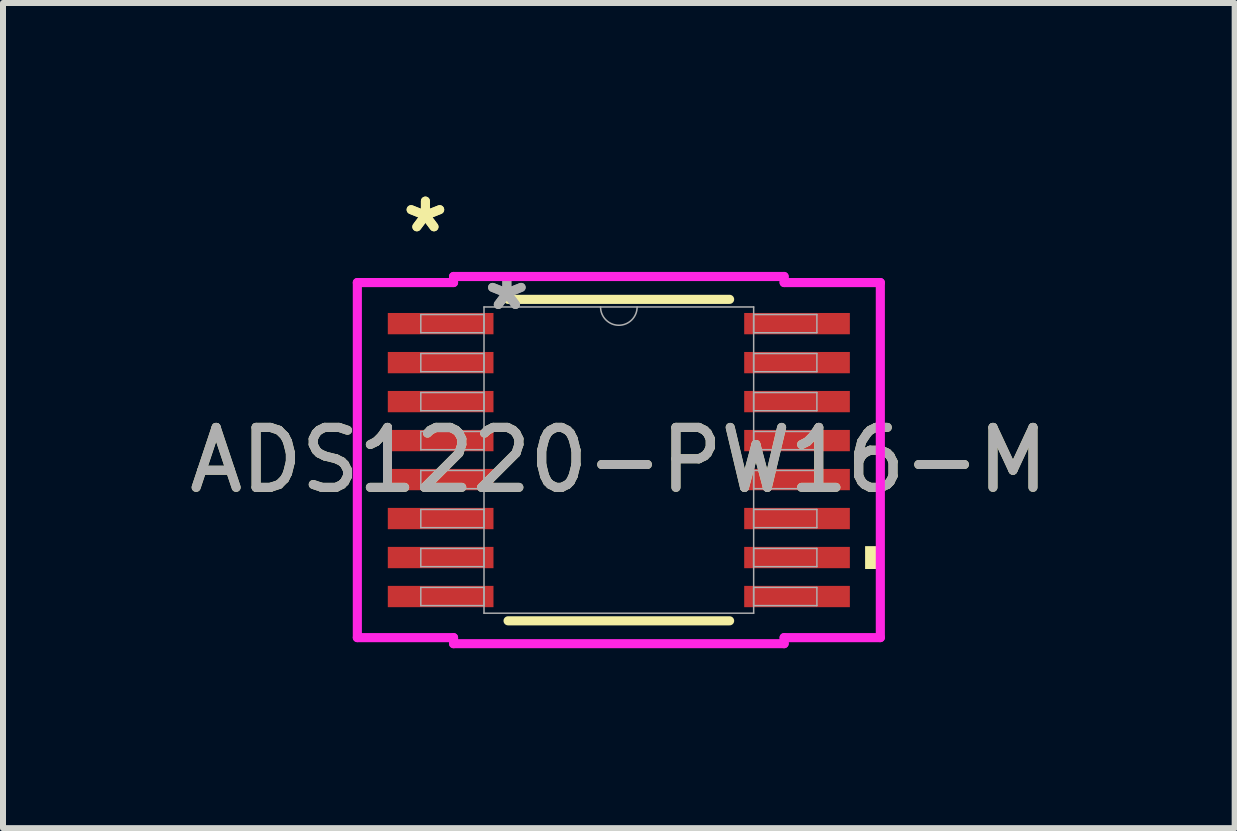
<source format=kicad_pcb>
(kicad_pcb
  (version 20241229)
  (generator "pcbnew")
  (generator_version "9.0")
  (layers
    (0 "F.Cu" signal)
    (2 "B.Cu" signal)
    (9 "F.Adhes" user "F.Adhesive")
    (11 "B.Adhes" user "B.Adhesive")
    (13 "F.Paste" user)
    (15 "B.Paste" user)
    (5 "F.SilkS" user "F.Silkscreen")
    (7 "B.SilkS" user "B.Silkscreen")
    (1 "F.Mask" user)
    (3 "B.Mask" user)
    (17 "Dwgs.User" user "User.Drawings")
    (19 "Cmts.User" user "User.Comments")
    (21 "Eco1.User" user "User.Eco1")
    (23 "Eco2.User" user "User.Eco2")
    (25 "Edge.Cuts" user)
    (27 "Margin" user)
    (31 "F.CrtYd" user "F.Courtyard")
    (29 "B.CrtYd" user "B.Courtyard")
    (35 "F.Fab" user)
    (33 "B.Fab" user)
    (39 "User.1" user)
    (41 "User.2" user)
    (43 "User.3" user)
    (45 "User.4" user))
  (footprint "ADS1220-PW16-M"
    (layer "F.Cu")
    (at 7.268 4.621)
    (property "Reference" "ADS1220-PW16-M" (at 0 0 0) (unlocked yes) (layer "F.SilkS") (effects (font (size 1 1) (thickness 0.15))))
    (attr smd)
    (fp_line (start -1.847 2.68) (end 1.847 2.68) (stroke (width 0.152) (type solid)) (layer "F.SilkS"))
    (fp_line (start 1.847 -2.68) (end -1.847 -2.68) (stroke (width 0.152) (type solid)) (layer "F.SilkS"))
    (fp_poly (pts (xy 4.36 1.435) (xy 4.36 1.816) (xy 4.106 1.816) (xy 4.106 1.435)) (stroke (width 0) (type solid)) (fill yes) (layer "F.SilkS"))
    (fp_line (start -4.36 -2.96) (end -2.756 -2.96) (stroke (width 0.152) (type solid)) (layer "F.CrtYd"))
    (fp_line (start -4.36 2.96) (end -4.36 -2.96) (stroke (width 0.152) (type solid)) (layer "F.CrtYd"))
    (fp_line (start -4.36 2.96) (end -2.756 2.96) (stroke (width 0.152) (type solid)) (layer "F.CrtYd"))
    (fp_line (start -2.756 -3.061) (end 2.756 -3.061) (stroke (width 0.152) (type solid)) (layer "F.CrtYd"))
    (fp_line (start -2.756 -2.96) (end -2.756 -3.061) (stroke (width 0.152) (type solid)) (layer "F.CrtYd"))
    (fp_line (start -2.756 3.061) (end -2.756 2.96) (stroke (width 0.152) (type solid)) (layer "F.CrtYd"))
    (fp_line (start 2.756 -3.061) (end 2.756 -2.96) (stroke (width 0.152) (type solid)) (layer "F.CrtYd"))
    (fp_line (start 2.756 2.96) (end 2.756 3.061) (stroke (width 0.152) (type solid)) (layer "F.CrtYd"))
    (fp_line (start 2.756 3.061) (end -2.756 3.061) (stroke (width 0.152) (type solid)) (layer "F.CrtYd"))
    (fp_line (start 4.36 -2.96) (end 2.756 -2.96) (stroke (width 0.152) (type solid)) (layer "F.CrtYd"))
    (fp_line (start 4.36 -2.96) (end 4.36 2.96) (stroke (width 0.152) (type solid)) (layer "F.CrtYd"))
    (fp_line (start 4.36 2.96) (end 2.756 2.96) (stroke (width 0.152) (type solid)) (layer "F.CrtYd"))
    (fp_line (start -3.302 -2.427) (end -3.302 -2.123) (stroke (width 0.025) (type solid)) (layer "F.Fab"))
    (fp_line (start -3.302 -2.123) (end -2.248 -2.123) (stroke (width 0.025) (type solid)) (layer "F.Fab"))
    (fp_line (start -3.302 -1.777) (end -3.302 -1.473) (stroke (width 0.025) (type solid)) (layer "F.Fab"))
    (fp_line (start -3.302 -1.473) (end -2.248 -1.473) (stroke (width 0.025) (type solid)) (layer "F.Fab"))
    (fp_line (start -3.302 -1.127) (end -3.302 -0.823) (stroke (width 0.025) (type solid)) (layer "F.Fab"))
    (fp_line (start -3.302 -0.823) (end -2.248 -0.823) (stroke (width 0.025) (type solid)) (layer "F.Fab"))
    (fp_line (start -3.302 -0.477) (end -3.302 -0.173) (stroke (width 0.025) (type solid)) (layer "F.Fab"))
    (fp_line (start -3.302 -0.173) (end -2.248 -0.173) (stroke (width 0.025) (type solid)) (layer "F.Fab"))
    (fp_line (start -3.302 0.173) (end -3.302 0.477) (stroke (width 0.025) (type solid)) (layer "F.Fab"))
    (fp_line (start -3.302 0.477) (end -2.248 0.477) (stroke (width 0.025) (type solid)) (layer "F.Fab"))
    (fp_line (start -3.302 0.823) (end -3.302 1.127) (stroke (width 0.025) (type solid)) (layer "F.Fab"))
    (fp_line (start -3.302 1.127) (end -2.248 1.127) (stroke (width 0.025) (type solid)) (layer "F.Fab"))
    (fp_line (start -3.302 1.473) (end -3.302 1.777) (stroke (width 0.025) (type solid)) (layer "F.Fab"))
    (fp_line (start -3.302 1.777) (end -2.248 1.777) (stroke (width 0.025) (type solid)) (layer "F.Fab"))
    (fp_line (start -3.302 2.123) (end -3.302 2.427) (stroke (width 0.025) (type solid)) (layer "F.Fab"))
    (fp_line (start -3.302 2.427) (end -2.248 2.427) (stroke (width 0.025) (type solid)) (layer "F.Fab"))
    (fp_line (start -2.248 -2.553) (end -2.248 2.553) (stroke (width 0.025) (type solid)) (layer "F.Fab"))
    (fp_line (start -2.248 -2.427) (end -3.302 -2.427) (stroke (width 0.025) (type solid)) (layer "F.Fab"))
    (fp_line (start -2.248 -2.123) (end -2.248 -2.427) (stroke (width 0.025) (type solid)) (layer "F.Fab"))
    (fp_line (start -2.248 -1.777) (end -3.302 -1.777) (stroke (width 0.025) (type solid)) (layer "F.Fab"))
    (fp_line (start -2.248 -1.473) (end -2.248 -1.777) (stroke (width 0.025) (type solid)) (layer "F.Fab"))
    (fp_line (start -2.248 -1.127) (end -3.302 -1.127) (stroke (width 0.025) (type solid)) (layer "F.Fab"))
    (fp_line (start -2.248 -0.823) (end -2.248 -1.127) (stroke (width 0.025) (type solid)) (layer "F.Fab"))
    (fp_line (start -2.248 -0.477) (end -3.302 -0.477) (stroke (width 0.025) (type solid)) (layer "F.Fab"))
    (fp_line (start -2.248 -0.173) (end -2.248 -0.477) (stroke (width 0.025) (type solid)) (layer "F.Fab"))
    (fp_line (start -2.248 0.173) (end -3.302 0.173) (stroke (width 0.025) (type solid)) (layer "F.Fab"))
    (fp_line (start -2.248 0.477) (end -2.248 0.173) (stroke (width 0.025) (type solid)) (layer "F.Fab"))
    (fp_line (start -2.248 0.823) (end -3.302 0.823) (stroke (width 0.025) (type solid)) (layer "F.Fab"))
    (fp_line (start -2.248 1.127) (end -2.248 0.823) (stroke (width 0.025) (type solid)) (layer "F.Fab"))
    (fp_line (start -2.248 1.473) (end -3.302 1.473) (stroke (width 0.025) (type solid)) (layer "F.Fab"))
    (fp_line (start -2.248 1.777) (end -2.248 1.473) (stroke (width 0.025) (type solid)) (layer "F.Fab"))
    (fp_line (start -2.248 2.123) (end -3.302 2.123) (stroke (width 0.025) (type solid)) (layer "F.Fab"))
    (fp_line (start -2.248 2.427) (end -2.248 2.123) (stroke (width 0.025) (type solid)) (layer "F.Fab"))
    (fp_line (start -2.248 2.553) (end 2.248 2.553) (stroke (width 0.025) (type solid)) (layer "F.Fab"))
    (fp_line (start 2.248 -2.553) (end -2.248 -2.553) (stroke (width 0.025) (type solid)) (layer "F.Fab"))
    (fp_line (start 2.248 -2.427) (end 2.248 -2.123) (stroke (width 0.025) (type solid)) (layer "F.Fab"))
    (fp_line (start 2.248 -2.123) (end 3.302 -2.123) (stroke (width 0.025) (type solid)) (layer "F.Fab"))
    (fp_line (start 2.248 -1.777) (end 2.248 -1.473) (stroke (width 0.025) (type solid)) (layer "F.Fab"))
    (fp_line (start 2.248 -1.473) (end 3.302 -1.473) (stroke (width 0.025) (type solid)) (layer "F.Fab"))
    (fp_line (start 2.248 -1.127) (end 2.248 -0.823) (stroke (width 0.025) (type solid)) (layer "F.Fab"))
    (fp_line (start 2.248 -0.823) (end 3.302 -0.823) (stroke (width 0.025) (type solid)) (layer "F.Fab"))
    (fp_line (start 2.248 -0.477) (end 2.248 -0.173) (stroke (width 0.025) (type solid)) (layer "F.Fab"))
    (fp_line (start 2.248 -0.173) (end 3.302 -0.173) (stroke (width 0.025) (type solid)) (layer "F.Fab"))
    (fp_line (start 2.248 0.173) (end 2.248 0.477) (stroke (width 0.025) (type solid)) (layer "F.Fab"))
    (fp_line (start 2.248 0.477) (end 3.302 0.477) (stroke (width 0.025) (type solid)) (layer "F.Fab"))
    (fp_line (start 2.248 0.823) (end 2.248 1.127) (stroke (width 0.025) (type solid)) (layer "F.Fab"))
    (fp_line (start 2.248 1.127) (end 3.302 1.127) (stroke (width 0.025) (type solid)) (layer "F.Fab"))
    (fp_line (start 2.248 1.473) (end 2.248 1.777) (stroke (width 0.025) (type solid)) (layer "F.Fab"))
    (fp_line (start 2.248 1.777) (end 3.302 1.777) (stroke (width 0.025) (type solid)) (layer "F.Fab"))
    (fp_line (start 2.248 2.123) (end 2.248 2.427) (stroke (width 0.025) (type solid)) (layer "F.Fab"))
    (fp_line (start 2.248 2.427) (end 3.302 2.427) (stroke (width 0.025) (type solid)) (layer "F.Fab"))
    (fp_line (start 2.248 2.553) (end 2.248 -2.553) (stroke (width 0.025) (type solid)) (layer "F.Fab"))
    (fp_line (start 3.302 -2.427) (end 2.248 -2.427) (stroke (width 0.025) (type solid)) (layer "F.Fab"))
    (fp_line (start 3.302 -2.123) (end 3.302 -2.427) (stroke (width 0.025) (type solid)) (layer "F.Fab"))
    (fp_line (start 3.302 -1.777) (end 2.248 -1.777) (stroke (width 0.025) (type solid)) (layer "F.Fab"))
    (fp_line (start 3.302 -1.473) (end 3.302 -1.777) (stroke (width 0.025) (type solid)) (layer "F.Fab"))
    (fp_line (start 3.302 -1.127) (end 2.248 -1.127) (stroke (width 0.025) (type solid)) (layer "F.Fab"))
    (fp_line (start 3.302 -0.823) (end 3.302 -1.127) (stroke (width 0.025) (type solid)) (layer "F.Fab"))
    (fp_line (start 3.302 -0.477) (end 2.248 -0.477) (stroke (width 0.025) (type solid)) (layer "F.Fab"))
    (fp_line (start 3.302 -0.173) (end 3.302 -0.477) (stroke (width 0.025) (type solid)) (layer "F.Fab"))
    (fp_line (start 3.302 0.173) (end 2.248 0.173) (stroke (width 0.025) (type solid)) (layer "F.Fab"))
    (fp_line (start 3.302 0.477) (end 3.302 0.173) (stroke (width 0.025) (type solid)) (layer "F.Fab"))
    (fp_line (start 3.302 0.823) (end 2.248 0.823) (stroke (width 0.025) (type solid)) (layer "F.Fab"))
    (fp_line (start 3.302 1.127) (end 3.302 0.823) (stroke (width 0.025) (type solid)) (layer "F.Fab"))
    (fp_line (start 3.302 1.473) (end 2.248 1.473) (stroke (width 0.025) (type solid)) (layer "F.Fab"))
    (fp_line (start 3.302 1.777) (end 3.302 1.473) (stroke (width 0.025) (type solid)) (layer "F.Fab"))
    (fp_line (start 3.302 2.123) (end 2.248 2.123) (stroke (width 0.025) (type solid)) (layer "F.Fab"))
    (fp_line (start 3.302 2.427) (end 3.302 2.123) (stroke (width 0.025) (type solid)) (layer "F.Fab"))
    (fp_arc (start 0.3048 -2.5527) (mid 0 -2.2479) (end -0.3048 -2.5527) (stroke (width 0.0254) (type solid)) (layer "F.Fab"))
    (fp_text user "*" (at -3.225 -3.773 0) (layer "F.SilkS") (effects (font (size 1 1) (thickness 0.15))))
    (fp_text user "*" (at -3.225 -3.773 0) (unlocked yes) (layer "F.SilkS") (effects (font (size 1 1) (thickness 0.15))))
    (fp_text user "*" (at -1.867 -2.477 0) (unlocked yes) (layer "F.Fab") (effects (font (size 1 1) (thickness 0.15))))
    (fp_text user "*" (at -1.867 -2.477 0) (layer "F.Fab") (effects (font (size 1 1) (thickness 0.15))))
    (fp_text user "${REFERENCE}" (at 0 0 0) (unlocked yes) (layer "F.Fab") (effects (font (size 1 1) (thickness 0.15))))
    (pad "1" smd rect (at -2.971 -2.275) (size 1.762 0.355) (layers "F.Cu" "F.Mask" "F.Paste"))
    (pad "2" smd rect (at -2.971 -1.625) (size 1.762 0.355) (layers "F.Cu" "F.Mask" "F.Paste"))
    (pad "3" smd rect (at -2.971 -0.975) (size 1.762 0.355) (layers "F.Cu" "F.Mask" "F.Paste"))
    (pad "4" smd rect (at -2.971 -0.325) (size 1.762 0.355) (layers "F.Cu" "F.Mask" "F.Paste"))
    (pad "5" smd rect (at -2.971 0.325) (size 1.762 0.355) (layers "F.Cu" "F.Mask" "F.Paste"))
    (pad "6" smd rect (at -2.971 0.975) (size 1.762 0.355) (layers "F.Cu" "F.Mask" "F.Paste"))
    (pad "7" smd rect (at -2.971 1.625) (size 1.762 0.355) (layers "F.Cu" "F.Mask" "F.Paste"))
    (pad "8" smd rect (at -2.971 2.275) (size 1.762 0.355) (layers "F.Cu" "F.Mask" "F.Paste"))
    (pad "9" smd rect (at 2.971 2.275) (size 1.762 0.355) (layers "F.Cu" "F.Mask" "F.Paste"))
    (pad "10" smd rect (at 2.971 1.625) (size 1.762 0.355) (layers "F.Cu" "F.Mask" "F.Paste"))
    (pad "11" smd rect (at 2.971 0.975) (size 1.762 0.355) (layers "F.Cu" "F.Mask" "F.Paste"))
    (pad "12" smd rect (at 2.971 0.325) (size 1.762 0.355) (layers "F.Cu" "F.Mask" "F.Paste"))
    (pad "13" smd rect (at 2.971 -0.325) (size 1.762 0.355) (layers "F.Cu" "F.Mask" "F.Paste"))
    (pad "14" smd rect (at 2.971 -0.975) (size 1.762 0.355) (layers "F.Cu" "F.Mask" "F.Paste"))
    (pad "15" smd rect (at 2.971 -1.625) (size 1.762 0.355) (layers "F.Cu" "F.Mask" "F.Paste"))
    (pad "16" smd rect (at 2.971 -2.275) (size 1.762 0.355) (layers "F.Cu" "F.Mask" "F.Paste")))
  (gr_rect
    (start -3 -3)
    (end 17.536 10.758)
    (stroke (width 0.1) (type default))
    (fill no)
    (layer "Edge.Cuts")))
</source>
